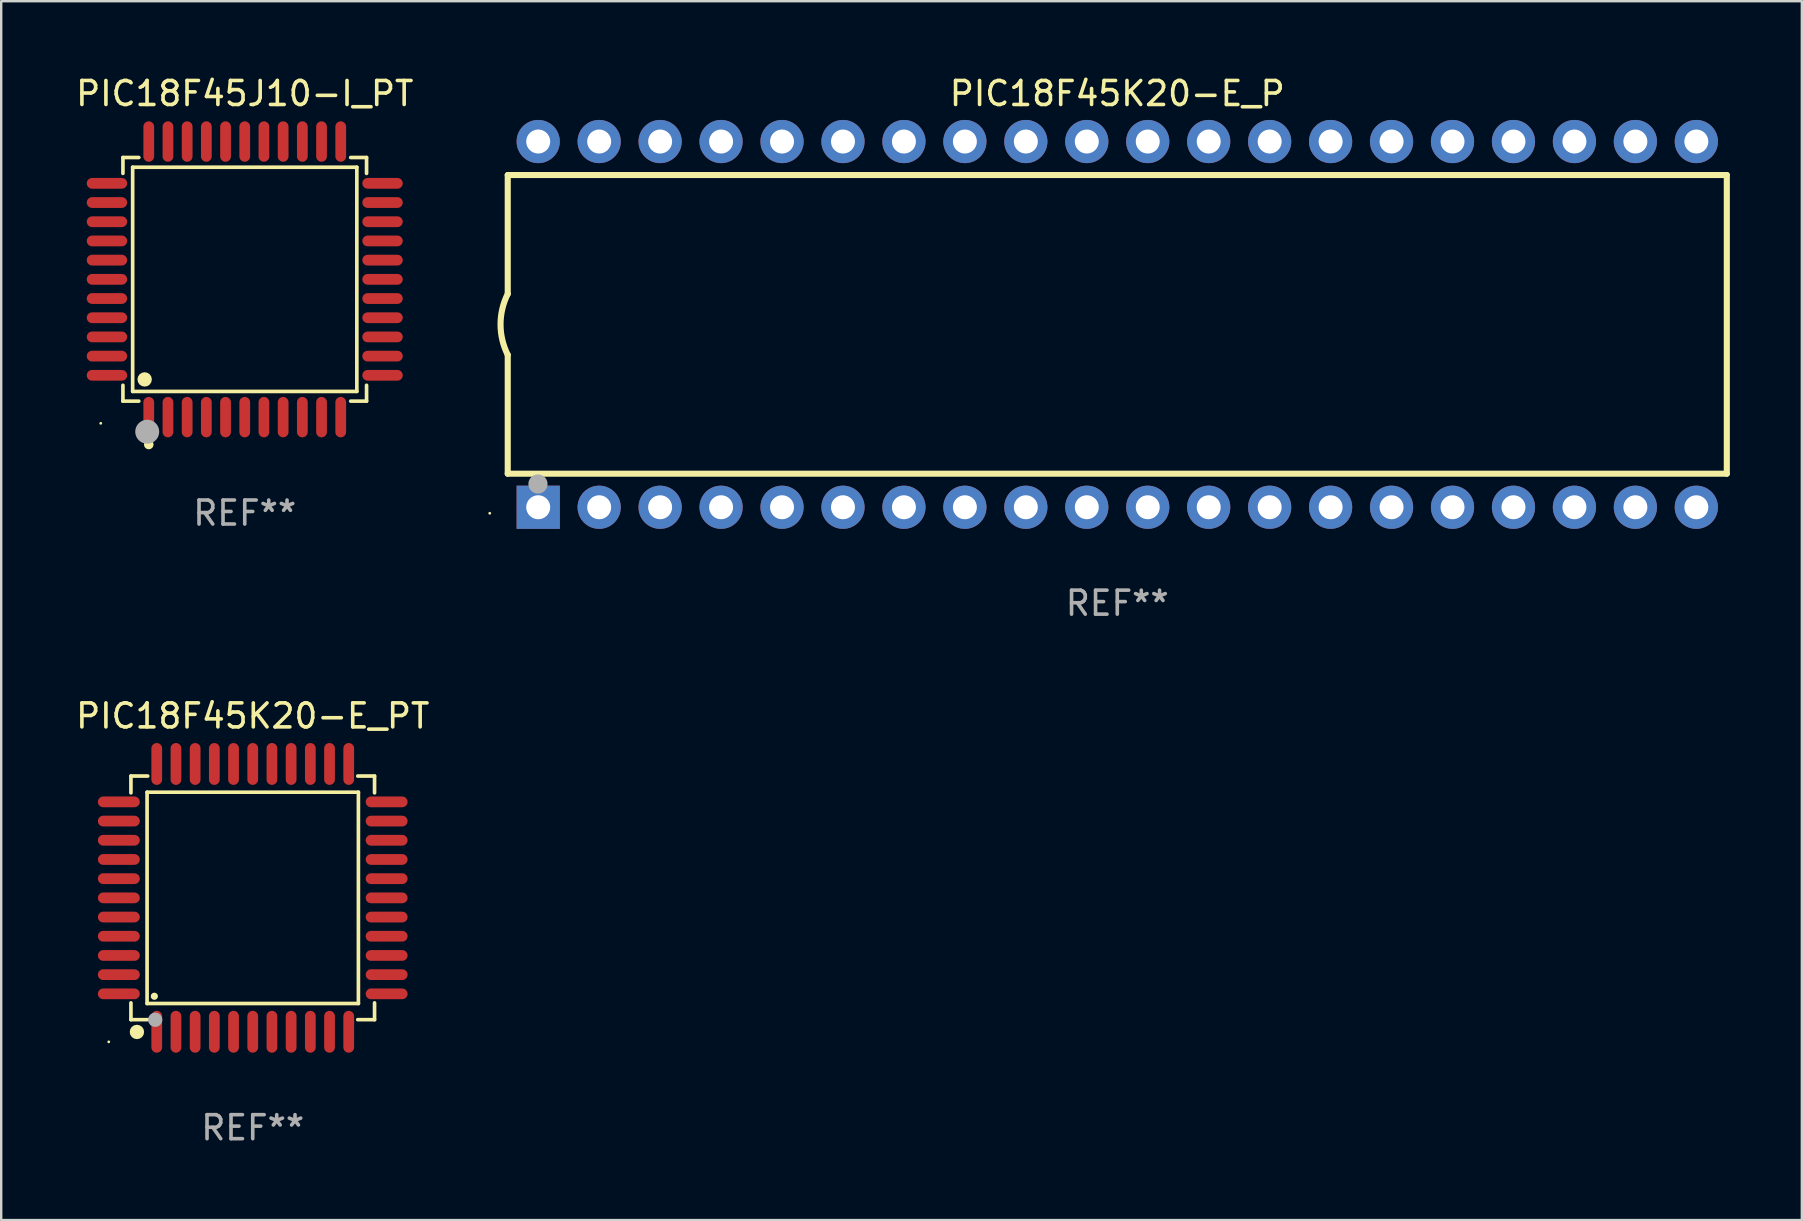
<source format=kicad_pcb>
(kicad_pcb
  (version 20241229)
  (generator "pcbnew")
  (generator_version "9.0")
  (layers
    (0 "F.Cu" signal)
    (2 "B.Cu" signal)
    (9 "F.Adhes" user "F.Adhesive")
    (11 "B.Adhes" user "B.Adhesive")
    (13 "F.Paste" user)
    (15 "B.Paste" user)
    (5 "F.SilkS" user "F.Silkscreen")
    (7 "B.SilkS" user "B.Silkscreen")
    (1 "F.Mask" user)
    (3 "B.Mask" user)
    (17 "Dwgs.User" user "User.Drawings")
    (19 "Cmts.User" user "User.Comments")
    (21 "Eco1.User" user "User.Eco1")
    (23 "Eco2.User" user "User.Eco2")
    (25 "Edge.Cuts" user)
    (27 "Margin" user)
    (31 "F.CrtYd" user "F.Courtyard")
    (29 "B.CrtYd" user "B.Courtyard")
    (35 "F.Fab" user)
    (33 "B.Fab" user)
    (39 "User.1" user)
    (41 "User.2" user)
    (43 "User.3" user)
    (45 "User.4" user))
  (footprint "PIC18F45J10-I_PT"
    (layer "F.Cu")
    (at 7.149 8.59)
    (property "Reference" "PIC18F45J10-I_PT" (at 0 -7.742 0) (layer "F.SilkS") (effects (font (size 1 1) (thickness 0.15))))
    (attr through_hole)
    (fp_line (start -5.076 -5.076) (end -4.415 -5.076) (stroke (width 0.152) (type solid)) (layer "F.SilkS"))
    (fp_line (start -5.076 -4.415) (end -5.076 -5.076) (stroke (width 0.152) (type solid)) (layer "F.SilkS"))
    (fp_line (start -5.076 4.415) (end -5.076 5.076) (stroke (width 0.152) (type solid)) (layer "F.SilkS"))
    (fp_line (start -5.076 5.076) (end -4.415 5.076) (stroke (width 0.152) (type solid)) (layer "F.SilkS"))
    (fp_line (start -4.671 -4.671) (end 4.671 -4.671) (stroke (width 0.152) (type solid)) (layer "F.SilkS"))
    (fp_line (start -4.671 4.671) (end -4.671 -4.671) (stroke (width 0.152) (type solid)) (layer "F.SilkS"))
    (fp_line (start 4.671 -4.671) (end 4.671 4.671) (stroke (width 0.152) (type solid)) (layer "F.SilkS"))
    (fp_line (start 4.671 4.671) (end -4.671 4.671) (stroke (width 0.152) (type solid)) (layer "F.SilkS"))
    (fp_line (start 5.076 -5.076) (end 4.415 -5.076) (stroke (width 0.152) (type solid)) (layer "F.SilkS"))
    (fp_line (start 5.076 -4.415) (end 5.076 -5.076) (stroke (width 0.152) (type solid)) (layer "F.SilkS"))
    (fp_line (start 5.076 4.415) (end 5.076 5.076) (stroke (width 0.152) (type solid)) (layer "F.SilkS"))
    (fp_line (start 5.076 5.076) (end 4.415 5.076) (stroke (width 0.152) (type solid)) (layer "F.SilkS"))
    (fp_circle (center -6 6) (end -5.97 6) (stroke (width 0.06) (type solid)) (fill no) (layer "F.SilkS"))
    (fp_circle (center -4.171 4.171) (end -4.021 4.171) (stroke (width 0.3) (type solid)) (fill no) (layer "F.SilkS"))
    (fp_circle (center -4 6.884) (end -3.9 6.884) (stroke (width 0.2) (type solid)) (fill no) (layer "F.SilkS"))
    (fp_circle (center -4.064 6.35) (end -3.814 6.35) (stroke (width 0.5) (type solid)) (fill no) (layer "F.Fab"))
    (fp_text user "REF**" (at 0 9.742 0) (layer "F.Fab") (effects (font (size 1 1) (thickness 0.15))))
    (pad "1" smd oval (at -4 5.742) (size 0.448 1.684) (layers "F.Cu" "F.Mask" "F.Paste"))
    (pad "2" smd oval (at -3.2 5.742) (size 0.448 1.684) (layers "F.Cu" "F.Mask" "F.Paste"))
    (pad "3" smd oval (at -2.4 5.742) (size 0.448 1.684) (layers "F.Cu" "F.Mask" "F.Paste"))
    (pad "4" smd oval (at -1.6 5.742) (size 0.448 1.684) (layers "F.Cu" "F.Mask" "F.Paste"))
    (pad "5" smd oval (at -0.8 5.742) (size 0.448 1.684) (layers "F.Cu" "F.Mask" "F.Paste"))
    (pad "6" smd oval (at 0 5.742) (size 0.448 1.684) (layers "F.Cu" "F.Mask" "F.Paste"))
    (pad "7" smd oval (at 0.8 5.742) (size 0.448 1.684) (layers "F.Cu" "F.Mask" "F.Paste"))
    (pad "8" smd oval (at 1.6 5.742) (size 0.448 1.684) (layers "F.Cu" "F.Mask" "F.Paste"))
    (pad "9" smd oval (at 2.4 5.742) (size 0.448 1.684) (layers "F.Cu" "F.Mask" "F.Paste"))
    (pad "10" smd oval (at 3.2 5.742) (size 0.448 1.684) (layers "F.Cu" "F.Mask" "F.Paste"))
    (pad "11" smd oval (at 4 5.742) (size 0.448 1.684) (layers "F.Cu" "F.Mask" "F.Paste"))
    (pad "12" smd oval (at 5.742 4) (size 1.684 0.448) (layers "F.Cu" "F.Mask" "F.Paste"))
    (pad "13" smd oval (at 5.742 3.2) (size 1.684 0.448) (layers "F.Cu" "F.Mask" "F.Paste"))
    (pad "14" smd oval (at 5.742 2.4) (size 1.684 0.448) (layers "F.Cu" "F.Mask" "F.Paste"))
    (pad "15" smd oval (at 5.742 1.6) (size 1.684 0.448) (layers "F.Cu" "F.Mask" "F.Paste"))
    (pad "16" smd oval (at 5.742 0.8) (size 1.684 0.448) (layers "F.Cu" "F.Mask" "F.Paste"))
    (pad "17" smd oval (at 5.742 0) (size 1.684 0.448) (layers "F.Cu" "F.Mask" "F.Paste"))
    (pad "18" smd oval (at 5.742 -0.8) (size 1.684 0.448) (layers "F.Cu" "F.Mask" "F.Paste"))
    (pad "19" smd oval (at 5.742 -1.6) (size 1.684 0.448) (layers "F.Cu" "F.Mask" "F.Paste"))
    (pad "20" smd oval (at 5.742 -2.4) (size 1.684 0.448) (layers "F.Cu" "F.Mask" "F.Paste"))
    (pad "21" smd oval (at 5.742 -3.2) (size 1.684 0.448) (layers "F.Cu" "F.Mask" "F.Paste"))
    (pad "22" smd oval (at 5.742 -4) (size 1.684 0.448) (layers "F.Cu" "F.Mask" "F.Paste"))
    (pad "23" smd oval (at 4 -5.742) (size 0.448 1.684) (layers "F.Cu" "F.Mask" "F.Paste"))
    (pad "24" smd oval (at 3.2 -5.742) (size 0.448 1.684) (layers "F.Cu" "F.Mask" "F.Paste"))
    (pad "25" smd oval (at 2.4 -5.742) (size 0.448 1.684) (layers "F.Cu" "F.Mask" "F.Paste"))
    (pad "26" smd oval (at 1.6 -5.742) (size 0.448 1.684) (layers "F.Cu" "F.Mask" "F.Paste"))
    (pad "27" smd oval (at 0.8 -5.742) (size 0.448 1.684) (layers "F.Cu" "F.Mask" "F.Paste"))
    (pad "28" smd oval (at 0 -5.742) (size 0.448 1.684) (layers "F.Cu" "F.Mask" "F.Paste"))
    (pad "29" smd oval (at -0.8 -5.742) (size 0.448 1.684) (layers "F.Cu" "F.Mask" "F.Paste"))
    (pad "30" smd oval (at -1.6 -5.742) (size 0.448 1.684) (layers "F.Cu" "F.Mask" "F.Paste"))
    (pad "31" smd oval (at -2.4 -5.742) (size 0.448 1.684) (layers "F.Cu" "F.Mask" "F.Paste"))
    (pad "32" smd oval (at -3.2 -5.742) (size 0.448 1.684) (layers "F.Cu" "F.Mask" "F.Paste"))
    (pad "33" smd oval (at -4 -5.742) (size 0.448 1.684) (layers "F.Cu" "F.Mask" "F.Paste"))
    (pad "34" smd oval (at -5.742 -4) (size 1.684 0.448) (layers "F.Cu" "F.Mask" "F.Paste"))
    (pad "35" smd oval (at -5.742 -3.2) (size 1.684 0.448) (layers "F.Cu" "F.Mask" "F.Paste"))
    (pad "36" smd oval (at -5.742 -2.4) (size 1.684 0.448) (layers "F.Cu" "F.Mask" "F.Paste"))
    (pad "37" smd oval (at -5.742 -1.6) (size 1.684 0.448) (layers "F.Cu" "F.Mask" "F.Paste"))
    (pad "38" smd oval (at -5.742 -0.8) (size 1.684 0.448) (layers "F.Cu" "F.Mask" "F.Paste"))
    (pad "39" smd oval (at -5.742 0) (size 1.684 0.448) (layers "F.Cu" "F.Mask" "F.Paste"))
    (pad "40" smd oval (at -5.742 0.8) (size 1.684 0.448) (layers "F.Cu" "F.Mask" "F.Paste"))
    (pad "41" smd oval (at -5.742 1.6) (size 1.684 0.448) (layers "F.Cu" "F.Mask" "F.Paste"))
    (pad "42" smd oval (at -5.742 2.4) (size 1.684 0.448) (layers "F.Cu" "F.Mask" "F.Paste"))
    (pad "43" smd oval (at -5.742 3.2) (size 1.684 0.448) (layers "F.Cu" "F.Mask" "F.Paste"))
    (pad "44" smd oval (at -5.742 4) (size 1.684 0.448) (layers "F.Cu" "F.Mask" "F.Paste")))
  (footprint "PIC18F45K20-E_P"
    (layer "F.Cu")
    (at 43.508 10.468)
    (property "Reference" "PIC18F45K20-E_P" (at 0 -9.62 0) (layer "F.SilkS") (effects (font (size 1 1) (thickness 0.15))))
    (attr through_hole)
    (fp_line (start -25.4 -6.224) (end -25.4 -1.271) (stroke (width 0.254) (type solid)) (layer "F.SilkS"))
    (fp_line (start -25.4 -6.224) (end 25.4 -6.224) (stroke (width 0.254) (type solid)) (layer "F.SilkS"))
    (fp_line (start -25.4 1.269) (end -25.4 6.222) (stroke (width 0.254) (type solid)) (layer "F.SilkS"))
    (fp_line (start -25.4 6.222) (end 25.4 6.222) (stroke (width 0.254) (type solid)) (layer "F.SilkS"))
    (fp_line (start 25.4 6.222) (end 25.4 -6.224) (stroke (width 0.254) (type solid)) (layer "F.SilkS"))
    (fp_arc (start -25.4 1.269241) (mid -25.699807 -0.000762) (end -25.4 -1.270765) (stroke (width 0.254001) (type solid)) (layer "F.SilkS"))
    (fp_circle (center -26.15 7.87) (end -26.12 7.87) (stroke (width 0.06) (type solid)) (fill no) (layer "F.SilkS"))
    (fp_circle (center -24.14 6.65) (end -23.94 6.65) (stroke (width 0.4) (type solid)) (fill no) (layer "F.Fab"))
    (fp_text user "REF**" (at 0 11.62 0) (layer "F.Fab") (effects (font (size 1 1) (thickness 0.15))))
    (pad "1" thru_hole rect (at -24.13 7.62 90) (size 1.8 1.8) (drill 1) (layers "*.Cu" "*.Mask"))
    (pad "2" thru_hole circle (at -21.59 7.62) (size 1.8 1.8) (drill 1) (layers "*.Cu" "*.Mask"))
    (pad "3" thru_hole circle (at -19.05 7.62) (size 1.8 1.8) (drill 1) (layers "*.Cu" "*.Mask"))
    (pad "4" thru_hole circle (at -16.51 7.62) (size 1.8 1.8) (drill 1) (layers "*.Cu" "*.Mask"))
    (pad "5" thru_hole circle (at -13.97 7.62) (size 1.8 1.8) (drill 1) (layers "*.Cu" "*.Mask"))
    (pad "6" thru_hole circle (at -11.43 7.62) (size 1.8 1.8) (drill 1) (layers "*.Cu" "*.Mask"))
    (pad "7" thru_hole circle (at -8.89 7.62) (size 1.8 1.8) (drill 1) (layers "*.Cu" "*.Mask"))
    (pad "8" thru_hole circle (at -6.35 7.62) (size 1.8 1.8) (drill 1) (layers "*.Cu" "*.Mask"))
    (pad "9" thru_hole circle (at -3.81 7.62) (size 1.8 1.8) (drill 1) (layers "*.Cu" "*.Mask"))
    (pad "10" thru_hole circle (at -1.27 7.62) (size 1.8 1.8) (drill 1) (layers "*.Cu" "*.Mask"))
    (pad "11" thru_hole circle (at 1.27 7.62) (size 1.8 1.8) (drill 1) (layers "*.Cu" "*.Mask"))
    (pad "12" thru_hole circle (at 3.81 7.62) (size 1.8 1.8) (drill 1) (layers "*.Cu" "*.Mask"))
    (pad "13" thru_hole circle (at 6.35 7.62) (size 1.8 1.8) (drill 1) (layers "*.Cu" "*.Mask"))
    (pad "14" thru_hole circle (at 8.89 7.62) (size 1.8 1.8) (drill 1) (layers "*.Cu" "*.Mask"))
    (pad "15" thru_hole circle (at 11.43 7.62) (size 1.8 1.8) (drill 1) (layers "*.Cu" "*.Mask"))
    (pad "16" thru_hole circle (at 13.97 7.62) (size 1.8 1.8) (drill 1) (layers "*.Cu" "*.Mask"))
    (pad "17" thru_hole circle (at 16.51 7.62) (size 1.8 1.8) (drill 1) (layers "*.Cu" "*.Mask"))
    (pad "18" thru_hole circle (at 19.05 7.62) (size 1.8 1.8) (drill 1) (layers "*.Cu" "*.Mask"))
    (pad "19" thru_hole circle (at 21.59 7.62) (size 1.8 1.8) (drill 1) (layers "*.Cu" "*.Mask"))
    (pad "20" thru_hole circle (at 24.13 7.62) (size 1.8 1.8) (drill 1) (layers "*.Cu" "*.Mask"))
    (pad "21" thru_hole circle (at 24.13 -7.62) (size 1.8 1.8) (drill 1) (layers "*.Cu" "*.Mask"))
    (pad "22" thru_hole circle (at 21.59 -7.62) (size 1.8 1.8) (drill 1) (layers "*.Cu" "*.Mask"))
    (pad "23" thru_hole circle (at 19.05 -7.62) (size 1.8 1.8) (drill 1) (layers "*.Cu" "*.Mask"))
    (pad "24" thru_hole circle (at 16.51 -7.62) (size 1.8 1.8) (drill 1) (layers "*.Cu" "*.Mask"))
    (pad "25" thru_hole circle (at 13.97 -7.62) (size 1.8 1.8) (drill 1) (layers "*.Cu" "*.Mask"))
    (pad "26" thru_hole circle (at 11.43 -7.62) (size 1.8 1.8) (drill 1) (layers "*.Cu" "*.Mask"))
    (pad "27" thru_hole circle (at 8.89 -7.62) (size 1.8 1.8) (drill 1) (layers "*.Cu" "*.Mask"))
    (pad "28" thru_hole circle (at 6.35 -7.62) (size 1.8 1.8) (drill 1) (layers "*.Cu" "*.Mask"))
    (pad "29" thru_hole circle (at 3.81 -7.62) (size 1.8 1.8) (drill 1) (layers "*.Cu" "*.Mask"))
    (pad "30" thru_hole circle (at 1.27 -7.62) (size 1.8 1.8) (drill 1) (layers "*.Cu" "*.Mask"))
    (pad "31" thru_hole circle (at -1.27 -7.62) (size 1.8 1.8) (drill 1) (layers "*.Cu" "*.Mask"))
    (pad "32" thru_hole circle (at -3.81 -7.62) (size 1.8 1.8) (drill 1) (layers "*.Cu" "*.Mask"))
    (pad "33" thru_hole circle (at -6.35 -7.62) (size 1.8 1.8) (drill 1) (layers "*.Cu" "*.Mask"))
    (pad "34" thru_hole circle (at -8.89 -7.62) (size 1.8 1.8) (drill 1) (layers "*.Cu" "*.Mask"))
    (pad "35" thru_hole circle (at -11.43 -7.62) (size 1.8 1.8) (drill 1) (layers "*.Cu" "*.Mask"))
    (pad "36" thru_hole circle (at -13.97 -7.62) (size 1.8 1.8) (drill 1) (layers "*.Cu" "*.Mask"))
    (pad "37" thru_hole circle (at -16.51 -7.62) (size 1.8 1.8) (drill 1) (layers "*.Cu" "*.Mask"))
    (pad "38" thru_hole circle (at -19.05 -7.62) (size 1.8 1.8) (drill 1) (layers "*.Cu" "*.Mask"))
    (pad "39" thru_hole circle (at -21.59 -7.62) (size 1.8 1.8) (drill 1) (layers "*.Cu" "*.Mask"))
    (pad "40" thru_hole circle (at -24.13 -7.62) (size 1.8 1.8) (drill 1) (layers "*.Cu" "*.Mask")))
  (footprint "PIC18F45K20-E_PT"
    (layer "F.Cu")
    (at 7.482 34.365)
    (property "Reference" "PIC18F45K20-E_PT" (at 0 -7.58 0) (layer "F.SilkS") (effects (font (size 1 1) (thickness 0.15))))
    (attr through_hole)
    (fp_line (start -5.076 -5.076) (end -5.076 -4.376) (stroke (width 0.152) (type solid)) (layer "F.SilkS"))
    (fp_line (start -5.076 5.076) (end -5.076 4.376) (stroke (width 0.152) (type solid)) (layer "F.SilkS"))
    (fp_line (start -4.403 -4.403) (end 4.403 -4.403) (stroke (width 0.152) (type solid)) (layer "F.SilkS"))
    (fp_line (start -4.403 4.403) (end -4.403 -4.403) (stroke (width 0.152) (type solid)) (layer "F.SilkS"))
    (fp_line (start -4.376 -5.076) (end -5.076 -5.076) (stroke (width 0.152) (type solid)) (layer "F.SilkS"))
    (fp_line (start -4.376 5.076) (end -5.076 5.076) (stroke (width 0.152) (type solid)) (layer "F.SilkS"))
    (fp_line (start 4.376 -5.076) (end 5.076 -5.076) (stroke (width 0.152) (type solid)) (layer "F.SilkS"))
    (fp_line (start 4.376 5.076) (end 5.076 5.076) (stroke (width 0.152) (type solid)) (layer "F.SilkS"))
    (fp_line (start 4.403 -4.403) (end 4.403 4.403) (stroke (width 0.152) (type solid)) (layer "F.SilkS"))
    (fp_line (start 4.403 4.403) (end -4.403 4.403) (stroke (width 0.152) (type solid)) (layer "F.SilkS"))
    (fp_line (start 5.076 -5.076) (end 5.076 -4.376) (stroke (width 0.152) (type solid)) (layer "F.SilkS"))
    (fp_line (start 5.076 5.076) (end 5.076 4.376) (stroke (width 0.152) (type solid)) (layer "F.SilkS"))
    (fp_circle (center -6 6) (end -5.97 6) (stroke (width 0.06) (type solid)) (fill no) (layer "F.SilkS"))
    (fp_circle (center -4.826 5.588) (end -4.676 5.588) (stroke (width 0.3) (type solid)) (fill no) (layer "F.SilkS"))
    (fp_circle (center -4.1 4.1) (end -4.025 4.1) (stroke (width 0.15) (type solid)) (fill no) (layer "F.SilkS"))
    (fp_circle (center -4.064 5.08) (end -3.914 5.08) (stroke (width 0.3) (type solid)) (fill no) (layer "F.Fab"))
    (fp_text user "REF**" (at 0 9.58 0) (layer "F.Fab") (effects (font (size 1 1) (thickness 0.15))))
    (pad "1" smd oval (at -4 5.58) (size 0.448 1.745) (layers "F.Cu" "F.Mask" "F.Paste"))
    (pad "2" smd oval (at -3.2 5.58) (size 0.448 1.745) (layers "F.Cu" "F.Mask" "F.Paste"))
    (pad "3" smd oval (at -2.4 5.58) (size 0.448 1.745) (layers "F.Cu" "F.Mask" "F.Paste"))
    (pad "4" smd oval (at -1.6 5.58) (size 0.448 1.745) (layers "F.Cu" "F.Mask" "F.Paste"))
    (pad "5" smd oval (at -0.8 5.58) (size 0.448 1.745) (layers "F.Cu" "F.Mask" "F.Paste"))
    (pad "6" smd oval (at 0 5.58) (size 0.448 1.745) (layers "F.Cu" "F.Mask" "F.Paste"))
    (pad "7" smd oval (at 0.8 5.58) (size 0.448 1.745) (layers "F.Cu" "F.Mask" "F.Paste"))
    (pad "8" smd oval (at 1.6 5.58) (size 0.448 1.745) (layers "F.Cu" "F.Mask" "F.Paste"))
    (pad "9" smd oval (at 2.4 5.58) (size 0.448 1.745) (layers "F.Cu" "F.Mask" "F.Paste"))
    (pad "10" smd oval (at 3.2 5.58) (size 0.448 1.745) (layers "F.Cu" "F.Mask" "F.Paste"))
    (pad "11" smd oval (at 4 5.58) (size 0.448 1.745) (layers "F.Cu" "F.Mask" "F.Paste"))
    (pad "12" smd oval (at 5.58 4) (size 1.745 0.448) (layers "F.Cu" "F.Mask" "F.Paste"))
    (pad "13" smd oval (at 5.58 3.2) (size 1.745 0.448) (layers "F.Cu" "F.Mask" "F.Paste"))
    (pad "14" smd oval (at 5.58 2.4) (size 1.745 0.448) (layers "F.Cu" "F.Mask" "F.Paste"))
    (pad "15" smd oval (at 5.58 1.6) (size 1.745 0.448) (layers "F.Cu" "F.Mask" "F.Paste"))
    (pad "16" smd oval (at 5.58 0.8) (size 1.745 0.448) (layers "F.Cu" "F.Mask" "F.Paste"))
    (pad "17" smd oval (at 5.58 0) (size 1.745 0.448) (layers "F.Cu" "F.Mask" "F.Paste"))
    (pad "18" smd oval (at 5.58 -0.8) (size 1.745 0.448) (layers "F.Cu" "F.Mask" "F.Paste"))
    (pad "19" smd oval (at 5.58 -1.6) (size 1.745 0.448) (layers "F.Cu" "F.Mask" "F.Paste"))
    (pad "20" smd oval (at 5.58 -2.4) (size 1.745 0.448) (layers "F.Cu" "F.Mask" "F.Paste"))
    (pad "21" smd oval (at 5.58 -3.2) (size 1.745 0.448) (layers "F.Cu" "F.Mask" "F.Paste"))
    (pad "22" smd oval (at 5.58 -4) (size 1.745 0.448) (layers "F.Cu" "F.Mask" "F.Paste"))
    (pad "23" smd oval (at 4 -5.58) (size 0.448 1.745) (layers "F.Cu" "F.Mask" "F.Paste"))
    (pad "24" smd oval (at 3.2 -5.58) (size 0.448 1.745) (layers "F.Cu" "F.Mask" "F.Paste"))
    (pad "25" smd oval (at 2.4 -5.58) (size 0.448 1.745) (layers "F.Cu" "F.Mask" "F.Paste"))
    (pad "26" smd oval (at 1.6 -5.58) (size 0.448 1.745) (layers "F.Cu" "F.Mask" "F.Paste"))
    (pad "27" smd oval (at 0.8 -5.58) (size 0.448 1.745) (layers "F.Cu" "F.Mask" "F.Paste"))
    (pad "28" smd oval (at 0 -5.58) (size 0.448 1.745) (layers "F.Cu" "F.Mask" "F.Paste"))
    (pad "29" smd oval (at -0.8 -5.58) (size 0.448 1.745) (layers "F.Cu" "F.Mask" "F.Paste"))
    (pad "30" smd oval (at -1.6 -5.58) (size 0.448 1.745) (layers "F.Cu" "F.Mask" "F.Paste"))
    (pad "31" smd oval (at -2.4 -5.58) (size 0.448 1.745) (layers "F.Cu" "F.Mask" "F.Paste"))
    (pad "32" smd oval (at -3.2 -5.58) (size 0.448 1.745) (layers "F.Cu" "F.Mask" "F.Paste"))
    (pad "33" smd oval (at -4 -5.58) (size 0.448 1.745) (layers "F.Cu" "F.Mask" "F.Paste"))
    (pad "34" smd oval (at -5.58 -4) (size 1.745 0.448) (layers "F.Cu" "F.Mask" "F.Paste"))
    (pad "35" smd oval (at -5.58 -3.2) (size 1.745 0.448) (layers "F.Cu" "F.Mask" "F.Paste"))
    (pad "36" smd oval (at -5.58 -2.4) (size 1.745 0.448) (layers "F.Cu" "F.Mask" "F.Paste"))
    (pad "37" smd oval (at -5.58 -1.6) (size 1.745 0.448) (layers "F.Cu" "F.Mask" "F.Paste"))
    (pad "38" smd oval (at -5.58 -0.8) (size 1.745 0.448) (layers "F.Cu" "F.Mask" "F.Paste"))
    (pad "39" smd oval (at -5.58 0) (size 1.745 0.448) (layers "F.Cu" "F.Mask" "F.Paste"))
    (pad "40" smd oval (at -5.58 0.8) (size 1.745 0.448) (layers "F.Cu" "F.Mask" "F.Paste"))
    (pad "41" smd oval (at -5.58 1.6) (size 1.745 0.448) (layers "F.Cu" "F.Mask" "F.Paste"))
    (pad "42" smd oval (at -5.58 2.4) (size 1.745 0.448) (layers "F.Cu" "F.Mask" "F.Paste"))
    (pad "43" smd oval (at -5.58 3.2) (size 1.745 0.448) (layers "F.Cu" "F.Mask" "F.Paste"))
    (pad "44" smd oval (at -5.58 4) (size 1.745 0.448) (layers "F.Cu" "F.Mask" "F.Paste")))
  (gr_rect
    (start -3 -3)
    (end 72.035 47.793)
    (stroke (width 0.1) (type default))
    (fill no)
    (layer "Edge.Cuts")))
</source>
